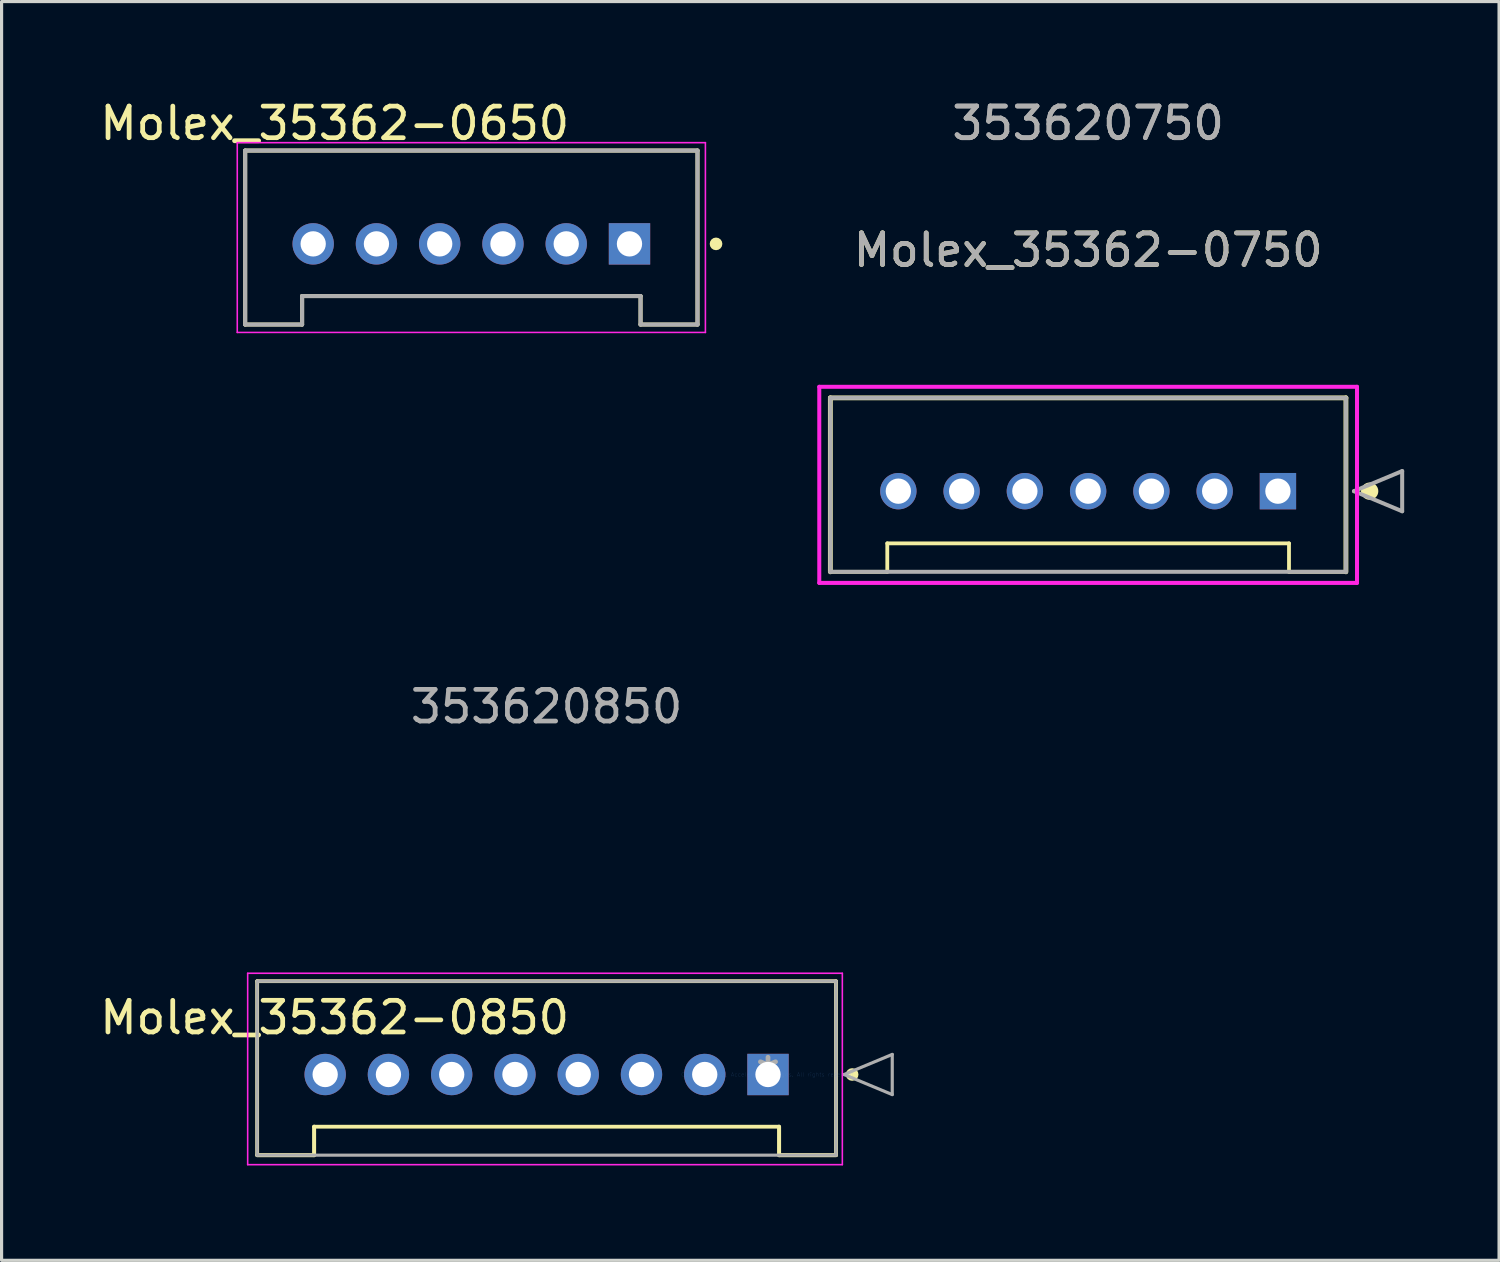
<source format=kicad_pcb>
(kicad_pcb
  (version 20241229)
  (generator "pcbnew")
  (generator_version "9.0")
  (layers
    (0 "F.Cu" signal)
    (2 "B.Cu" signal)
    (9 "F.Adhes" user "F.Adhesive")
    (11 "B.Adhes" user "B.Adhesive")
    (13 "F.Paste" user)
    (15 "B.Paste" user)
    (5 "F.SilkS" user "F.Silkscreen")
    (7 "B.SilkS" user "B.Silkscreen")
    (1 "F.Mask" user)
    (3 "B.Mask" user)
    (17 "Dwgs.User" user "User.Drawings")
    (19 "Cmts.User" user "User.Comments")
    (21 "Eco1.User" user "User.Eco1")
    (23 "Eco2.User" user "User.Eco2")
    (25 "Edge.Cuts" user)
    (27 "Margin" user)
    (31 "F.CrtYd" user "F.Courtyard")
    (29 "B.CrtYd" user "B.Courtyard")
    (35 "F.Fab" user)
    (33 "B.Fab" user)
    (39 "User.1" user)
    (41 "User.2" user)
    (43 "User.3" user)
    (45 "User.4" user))
  (footprint "Molex_35362-0850"
    (layer "F.Cu")
    (at 21.23 30.92)
    (property "Reference" "Molex_35362-0850" (at -13.7 -1.8 0) (layer "F.SilkS") (effects (font (size 1 1) (thickness 0.15))))
    (attr through_hole)
    (fp_line (start -16.15 -2.95) (end -16.15 2.55) (stroke (width 0.12) (type solid)) (layer "F.SilkS"))
    (fp_line (start -16.15 2.55) (end -14.35 2.55) (stroke (width 0.127) (type solid)) (layer "F.SilkS"))
    (fp_line (start -14.35 1.65) (end 0.35 1.65) (stroke (width 0.12) (type solid)) (layer "F.SilkS"))
    (fp_line (start -14.35 2.55) (end -14.35 1.65) (stroke (width 0.127) (type solid)) (layer "F.SilkS"))
    (fp_line (start 0.35 1.65) (end 0.35 2.55) (stroke (width 0.127) (type solid)) (layer "F.SilkS"))
    (fp_line (start 0.35 2.55) (end 2.15 2.55) (stroke (width 0.127) (type solid)) (layer "F.SilkS"))
    (fp_line (start 2.15 -2.95) (end -16.15 -2.95) (stroke (width 0.12) (type solid)) (layer "F.SilkS"))
    (fp_line (start 2.15 2.55) (end 2.15 -2.95) (stroke (width 0.12) (type solid)) (layer "F.SilkS"))
    (fp_circle (center 2.66 0) (end 2.76 0) (stroke (width 0.2) (type solid)) (fill no) (layer "F.SilkS"))
    (fp_line (start -16.45 -3.2) (end -16.45 2.85) (stroke (width 0.05) (type solid)) (layer "F.CrtYd"))
    (fp_line (start -16.45 2.85) (end 2.35 2.85) (stroke (width 0.05) (type solid)) (layer "F.CrtYd"))
    (fp_line (start 2.35 -3.2) (end -16.45 -3.2) (stroke (width 0.05) (type solid)) (layer "F.CrtYd"))
    (fp_line (start 2.35 2.85) (end 2.35 -3.2) (stroke (width 0.05) (type solid)) (layer "F.CrtYd"))
    (fp_line (start -16.15 -2.95) (end -16.15 2.55) (stroke (width 0.1) (type solid)) (layer "F.Fab"))
    (fp_line (start -16.15 2.55) (end 2.15 2.55) (stroke (width 0.1) (type solid)) (layer "F.Fab"))
    (fp_line (start 2.15 -2.95) (end -16.15 -2.95) (stroke (width 0.1) (type solid)) (layer "F.Fab"))
    (fp_line (start 2.15 2.55) (end 2.15 -2.95) (stroke (width 0.1) (type solid)) (layer "F.Fab"))
    (fp_line (start 2.404 0) (end 3.928 -0.635) (stroke (width 0.1) (type solid)) (layer "F.Fab"))
    (fp_line (start 3.928 -0.635) (end 3.928 0.635) (stroke (width 0.1) (type solid)) (layer "F.Fab"))
    (fp_line (start 3.928 0.635) (end 2.404 0) (stroke (width 0.1) (type solid)) (layer "F.Fab"))
    (fp_text user "Copyright 2021 Accelerated Designs. All rights reserved." (at 0 0 0) (layer "Cmts.User") (effects (font (size 0.127 0.127) (thickness 0.002))))
    (fp_text user "353620850" (at -7 -11.63 0) (layer "F.Fab") (effects (font (size 1 1) (thickness 0.15))))
    (fp_text user "*" (at 0 0 0) (layer "F.Fab") (effects (font (size 1 1) (thickness 0.15))))
    (pad "1" thru_hole rect (at 0 0) (size 1.308 1.308) (drill 0.8) (layers "*.Cu" "*.Mask"))
    (pad "2" thru_hole circle (at -2 0) (size 1.308 1.308) (drill 0.8) (layers "*.Cu" "*.Mask"))
    (pad "3" thru_hole circle (at -4 0) (size 1.308 1.308) (drill 0.8) (layers "*.Cu" "*.Mask"))
    (pad "4" thru_hole circle (at -6 0) (size 1.308 1.308) (drill 0.8) (layers "*.Cu" "*.Mask"))
    (pad "5" thru_hole circle (at -8 0) (size 1.308 1.308) (drill 0.8) (layers "*.Cu" "*.Mask"))
    (pad "6" thru_hole circle (at -10 0) (size 1.308 1.308) (drill 0.8) (layers "*.Cu" "*.Mask"))
    (pad "7" thru_hole circle (at -12 0) (size 1.308 1.308) (drill 0.8) (layers "*.Cu" "*.Mask"))
    (pad "8" thru_hole circle (at -14 0) (size 1.308 1.308) (drill 0.8) (layers "*.Cu" "*.Mask")))
  (footprint "Molex_35362-0750"
    (layer "F.Cu")
    (at 37.351 12.478)
    (property "Reference" "Molex_35362-0750" (at -6 -7.62 0) (unlocked yes) (layer "F.SilkS") (effects (font (size 1 1) (thickness 0.15))))
    (attr through_hole)
    (fp_line (start -14.15 -2.95) (end -14.15 2.55) (stroke (width 0.152) (type solid)) (layer "F.SilkS"))
    (fp_line (start -14.15 2.55) (end -12.35 2.55) (stroke (width 0.12) (type default)) (layer "F.SilkS"))
    (fp_line (start -12.35 2.55) (end -12.35 1.65) (stroke (width 0.12) (type default)) (layer "F.SilkS"))
    (fp_line (start 0.35 1.65) (end -12.35 1.65) (stroke (width 0.12) (type default)) (layer "F.SilkS"))
    (fp_line (start 0.35 2.55) (end 0.35 1.65) (stroke (width 0.12) (type default)) (layer "F.SilkS"))
    (fp_line (start 2.15 -2.95) (end -14.15 -2.95) (stroke (width 0.152) (type solid)) (layer "F.SilkS"))
    (fp_line (start 2.15 2.55) (end 0.35 2.55) (stroke (width 0.12) (type default)) (layer "F.SilkS"))
    (fp_line (start 2.15 2.55) (end 2.15 -2.95) (stroke (width 0.152) (type solid)) (layer "F.SilkS"))
    (fp_circle (center 2.9 0) (end 3.124 0) (stroke (width 0.1) (type solid)) (fill yes) (layer "F.SilkS"))
    (fp_line (start -14.5 -3.3) (end -14.5 2.9) (stroke (width 0.127) (type solid)) (layer "F.CrtYd"))
    (fp_line (start -14.5 2.9) (end 2.5 2.9) (stroke (width 0.127) (type solid)) (layer "F.CrtYd"))
    (fp_line (start 2.5 -3.3) (end -14.5 -3.3) (stroke (width 0.127) (type solid)) (layer "F.CrtYd"))
    (fp_line (start 2.5 2.9) (end 2.5 -3.3) (stroke (width 0.127) (type solid)) (layer "F.CrtYd"))
    (fp_line (start -14.15 -2.95) (end -14.15 2.55) (stroke (width 0.127) (type solid)) (layer "F.Fab"))
    (fp_line (start -14.15 2.55) (end 2.15 2.55) (stroke (width 0.127) (type solid)) (layer "F.Fab"))
    (fp_line (start 2.15 -2.95) (end -14.15 -2.95) (stroke (width 0.127) (type solid)) (layer "F.Fab"))
    (fp_line (start 2.15 2.55) (end 2.15 -2.95) (stroke (width 0.127) (type solid)) (layer "F.Fab"))
    (fp_line (start 2.404 0) (end 3.928 -0.635) (stroke (width 0.127) (type solid)) (layer "F.Fab"))
    (fp_line (start 3.928 -0.635) (end 3.928 0.635) (stroke (width 0.127) (type solid)) (layer "F.Fab"))
    (fp_line (start 3.928 0.635) (end 2.404 0) (stroke (width 0.127) (type solid)) (layer "F.Fab"))
    (fp_text user "353620750" (at -6 -11.63 0) (unlocked yes) (layer "F.Fab") (effects (font (size 1 1) (thickness 0.15))))
    (fp_text user "${REFERENCE}" (at -6 -7.62 0) (unlocked yes) (layer "F.Fab") (effects (font (size 1 1) (thickness 0.15))))
    (fp_text user "353620750" (at -6 -11.63 0) (unlocked yes) (layer "F.Fab") (effects (font (size 1 1) (thickness 0.15))))
    (pad "1" thru_hole rect (at 0 0) (size 1.15 1.15) (drill 0.8) (layers "*.Cu" "*.Mask"))
    (pad "2" thru_hole circle (at -2 0) (size 1.15 1.15) (drill 0.8) (layers "*.Cu" "*.Mask"))
    (pad "3" thru_hole circle (at -4 0) (size 1.15 1.15) (drill 0.8) (layers "*.Cu" "*.Mask"))
    (pad "4" thru_hole circle (at -6 0) (size 1.15 1.15) (drill 0.8) (layers "*.Cu" "*.Mask"))
    (pad "5" thru_hole circle (at -8 0) (size 1.15 1.15) (drill 0.8) (layers "*.Cu" "*.Mask"))
    (pad "6" thru_hole circle (at -10 0) (size 1.15 1.15) (drill 0.8) (layers "*.Cu" "*.Mask"))
    (pad "7" thru_hole circle (at -12 0) (size 1.15 1.15) (drill 0.8) (layers "*.Cu" "*.Mask")))
  (footprint "Molex_35362-0650"
    (layer "F.Cu")
    (at 16.851 4.66)
    (property "Reference" "Molex_35362-0650" (at -9.319 -3.811 0) (layer "F.SilkS") (effects (font (size 1 1) (thickness 0.15))))
    (attr through_hole)
    (fp_line (start -12.15 -2.95) (end 2.15 -2.95) (stroke (width 0.127) (type solid)) (layer "F.SilkS"))
    (fp_line (start -12.15 2.55) (end -12.15 -2.95) (stroke (width 0.127) (type solid)) (layer "F.SilkS"))
    (fp_line (start -12.15 2.55) (end -10.35 2.55) (stroke (width 0.127) (type solid)) (layer "F.SilkS"))
    (fp_line (start -10.35 1.65) (end 0.35 1.65) (stroke (width 0.127) (type solid)) (layer "F.SilkS"))
    (fp_line (start -10.35 2.55) (end -10.35 1.65) (stroke (width 0.127) (type solid)) (layer "F.SilkS"))
    (fp_line (start 0.35 1.65) (end 0.35 2.55) (stroke (width 0.127) (type solid)) (layer "F.SilkS"))
    (fp_line (start 0.35 2.55) (end 2.15 2.55) (stroke (width 0.127) (type solid)) (layer "F.SilkS"))
    (fp_line (start 2.15 -2.95) (end 2.15 2.55) (stroke (width 0.127) (type solid)) (layer "F.SilkS"))
    (fp_circle (center 2.736 0) (end 2.836 0) (stroke (width 0.2) (type solid)) (fill no) (layer "F.SilkS"))
    (fp_line (start -12.4 -3.2) (end 2.4 -3.2) (stroke (width 0.05) (type solid)) (layer "F.CrtYd"))
    (fp_line (start -12.4 2.8) (end -12.4 -3.2) (stroke (width 0.05) (type solid)) (layer "F.CrtYd"))
    (fp_line (start 2.4 -3.2) (end 2.4 2.8) (stroke (width 0.05) (type solid)) (layer "F.CrtYd"))
    (fp_line (start 2.4 2.8) (end -12.4 2.8) (stroke (width 0.05) (type solid)) (layer "F.CrtYd"))
    (fp_line (start -12.15 -2.95) (end 2.15 -2.95) (stroke (width 0.127) (type solid)) (layer "F.Fab"))
    (fp_line (start -12.15 2.55) (end -12.15 -2.95) (stroke (width 0.127) (type solid)) (layer "F.Fab"))
    (fp_line (start -12.15 2.55) (end -10.35 2.55) (stroke (width 0.127) (type solid)) (layer "F.Fab"))
    (fp_line (start -10.35 1.65) (end 0.35 1.65) (stroke (width 0.127) (type solid)) (layer "F.Fab"))
    (fp_line (start -10.35 2.55) (end -10.35 1.65) (stroke (width 0.127) (type solid)) (layer "F.Fab"))
    (fp_line (start 0.35 1.65) (end 0.35 2.55) (stroke (width 0.127) (type solid)) (layer "F.Fab"))
    (fp_line (start 0.35 2.55) (end 2.15 2.55) (stroke (width 0.127) (type solid)) (layer "F.Fab"))
    (fp_line (start 2.15 -2.95) (end 2.15 2.55) (stroke (width 0.127) (type solid)) (layer "F.Fab"))
    (pad "1" thru_hole rect (at 0 0) (size 1.308 1.308) (drill 0.8) (layers "*.Cu" "*.Mask"))
    (pad "2" thru_hole circle (at -2 0) (size 1.308 1.308) (drill 0.8) (layers "*.Cu" "*.Mask"))
    (pad "3" thru_hole circle (at -4 0) (size 1.308 1.308) (drill 0.8) (layers "*.Cu" "*.Mask"))
    (pad "4" thru_hole circle (at -6 0) (size 1.308 1.308) (drill 0.8) (layers "*.Cu" "*.Mask"))
    (pad "5" thru_hole circle (at -8 0) (size 1.308 1.308) (drill 0.8) (layers "*.Cu" "*.Mask"))
    (pad "6" thru_hole circle (at -10 0) (size 1.308 1.308) (drill 0.8) (layers "*.Cu" "*.Mask")))
  (gr_rect
    (start -3 -3)
    (end 44.342 36.795)
    (stroke (width 0.1) (type default))
    (fill no)
    (layer "Edge.Cuts")))
</source>
